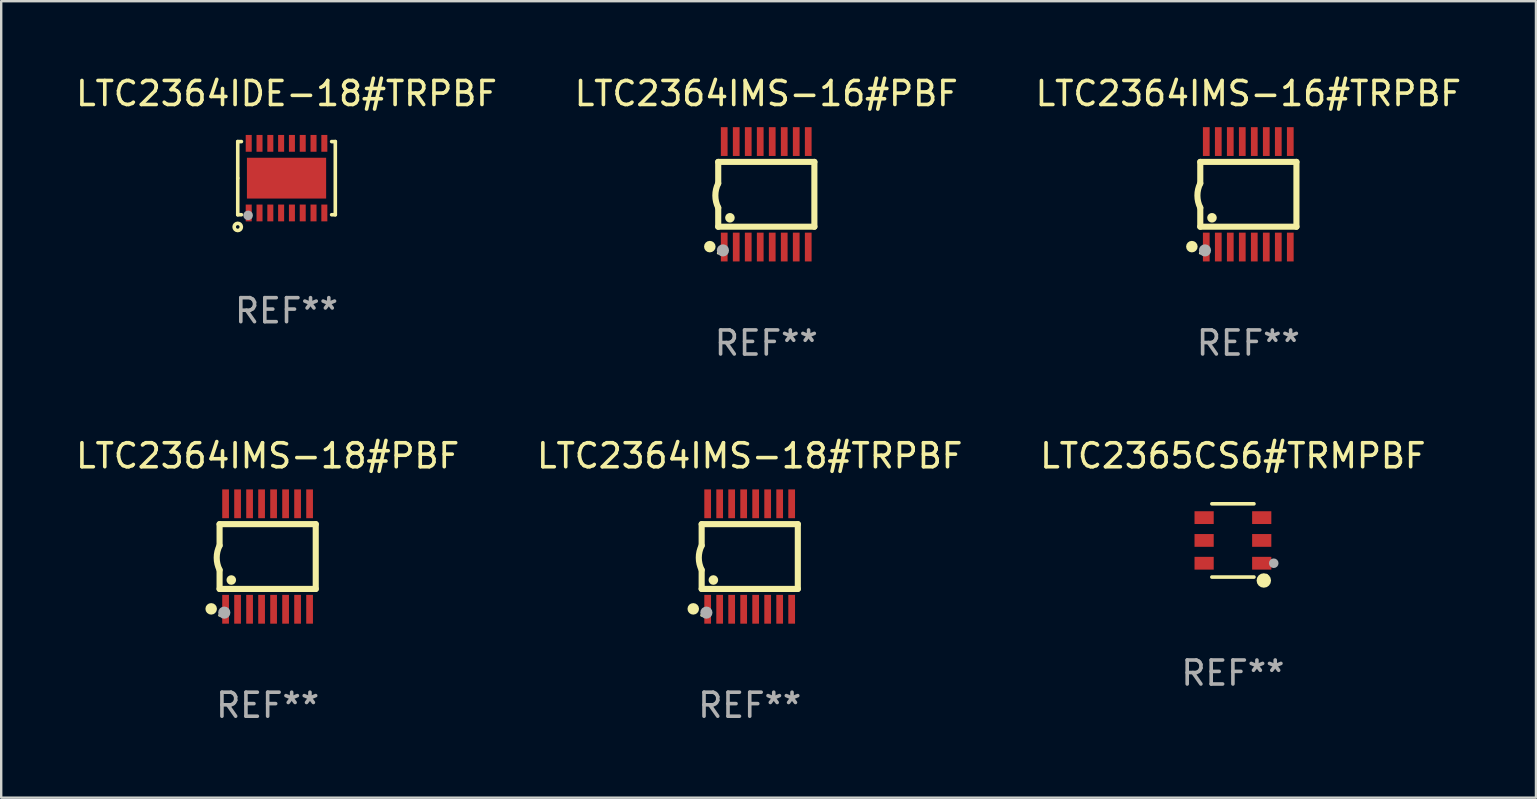
<source format=kicad_pcb>
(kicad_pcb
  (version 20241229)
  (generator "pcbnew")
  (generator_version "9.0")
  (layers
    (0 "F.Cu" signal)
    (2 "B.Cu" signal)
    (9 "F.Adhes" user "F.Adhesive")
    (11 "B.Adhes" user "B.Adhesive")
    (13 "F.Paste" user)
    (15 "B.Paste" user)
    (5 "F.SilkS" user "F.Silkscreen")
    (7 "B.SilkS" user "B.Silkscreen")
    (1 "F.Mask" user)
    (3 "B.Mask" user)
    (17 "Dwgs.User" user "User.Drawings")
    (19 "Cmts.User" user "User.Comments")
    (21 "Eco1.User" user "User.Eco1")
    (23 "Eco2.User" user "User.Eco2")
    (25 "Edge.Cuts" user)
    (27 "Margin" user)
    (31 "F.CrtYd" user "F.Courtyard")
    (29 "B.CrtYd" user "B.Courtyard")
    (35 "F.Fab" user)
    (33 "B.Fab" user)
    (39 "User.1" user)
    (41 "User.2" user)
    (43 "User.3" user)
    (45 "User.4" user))
  (footprint "LTC2364IMS-16#TRPBF"
    (layer "F.Cu")
    (at 48.958 5.045)
    (property "Reference" "LTC2364IMS-16#TRPBF" (at 0 -4.197 0) (layer "F.SilkS") (effects (font (size 1 1) (thickness 0.15))))
    (attr through_hole)
    (fp_line (start -2.003 -1.35) (end -2.003 -0.457) (stroke (width 0.254) (type solid)) (layer "F.SilkS"))
    (fp_line (start -2.003 -1.35) (end 2.003 -1.35) (stroke (width 0.254) (type solid)) (layer "F.SilkS"))
    (fp_line (start -2.003 1.35) (end -2.003 0.559) (stroke (width 0.254) (type solid)) (layer "F.SilkS"))
    (fp_line (start -2.003 1.35) (end 2.003 1.35) (stroke (width 0.254) (type solid)) (layer "F.SilkS"))
    (fp_line (start 2.003 -1.35) (end 2.003 1.35) (stroke (width 0.254) (type solid)) (layer "F.SilkS"))
    (fp_arc (start -2.002286 0.558802) (mid -2.122556 0.05092) (end -2.003302 -0.457201) (stroke (width 0.254001) (type solid)) (layer "F.SilkS"))
    (fp_circle (center -2.353 2.18) (end -2.233 2.18) (stroke (width 0.24) (type solid)) (fill no) (layer "F.SilkS"))
    (fp_circle (center -2.003 2.45) (end -1.973 2.45) (stroke (width 0.06) (type solid)) (fill no) (layer "F.SilkS"))
    (fp_circle (center -1.515 0.978) (end -1.415 0.978) (stroke (width 0.2) (type solid)) (fill no) (layer "F.SilkS"))
    (fp_circle (center -1.807 2.337) (end -1.68 2.337) (stroke (width 0.254) (type solid)) (fill no) (layer "F.Fab"))
    (fp_text user "REF**" (at 0 6.197 0) (layer "F.Fab") (effects (font (size 1 1) (thickness 0.15))))
    (pad "1" smd rect (at -1.753 2.197 90) (size 1.2 0.28) (layers "F.Cu" "F.Mask" "F.Paste"))
    (pad "2" smd rect (at -1.253 2.197 90) (size 1.2 0.28) (layers "F.Cu" "F.Mask" "F.Paste"))
    (pad "3" smd rect (at -0.753 2.197 90) (size 1.2 0.28) (layers "F.Cu" "F.Mask" "F.Paste"))
    (pad "4" smd rect (at -0.253 2.197 90) (size 1.2 0.28) (layers "F.Cu" "F.Mask" "F.Paste"))
    (pad "5" smd rect (at 0.247 2.197 90) (size 1.2 0.28) (layers "F.Cu" "F.Mask" "F.Paste"))
    (pad "6" smd rect (at 0.747 2.197 90) (size 1.2 0.28) (layers "F.Cu" "F.Mask" "F.Paste"))
    (pad "7" smd rect (at 1.247 2.197 90) (size 1.2 0.28) (layers "F.Cu" "F.Mask" "F.Paste"))
    (pad "8" smd rect (at 1.747 2.197 90) (size 1.2 0.28) (layers "F.Cu" "F.Mask" "F.Paste"))
    (pad "9" smd rect (at 1.747 -2.197 90) (size 1.2 0.28) (layers "F.Cu" "F.Mask" "F.Paste"))
    (pad "10" smd rect (at 1.247 -2.197 90) (size 1.2 0.28) (layers "F.Cu" "F.Mask" "F.Paste"))
    (pad "11" smd rect (at 0.747 -2.197 90) (size 1.2 0.28) (layers "F.Cu" "F.Mask" "F.Paste"))
    (pad "12" smd rect (at 0.247 -2.197 90) (size 1.2 0.28) (layers "F.Cu" "F.Mask" "F.Paste"))
    (pad "13" smd rect (at -0.253 -2.197 90) (size 1.2 0.28) (layers "F.Cu" "F.Mask" "F.Paste"))
    (pad "14" smd rect (at -0.753 -2.197 90) (size 1.2 0.28) (layers "F.Cu" "F.Mask" "F.Paste"))
    (pad "15" smd rect (at -1.253 -2.197 90) (size 1.2 0.28) (layers "F.Cu" "F.Mask" "F.Paste"))
    (pad "16" smd rect (at -1.753 -2.197 90) (size 1.2 0.28) (layers "F.Cu" "F.Mask" "F.Paste")))
  (footprint "LTC2364IMS-16#PBF"
    (layer "F.Cu")
    (at 28.875 5.045)
    (property "Reference" "LTC2364IMS-16#PBF" (at 0 -4.197 0) (layer "F.SilkS") (effects (font (size 1 1) (thickness 0.15))))
    (attr through_hole)
    (fp_line (start -2.003 -1.35) (end -2.003 -0.457) (stroke (width 0.254) (type solid)) (layer "F.SilkS"))
    (fp_line (start -2.003 -1.35) (end 2.003 -1.35) (stroke (width 0.254) (type solid)) (layer "F.SilkS"))
    (fp_line (start -2.003 1.35) (end -2.003 0.559) (stroke (width 0.254) (type solid)) (layer "F.SilkS"))
    (fp_line (start -2.003 1.35) (end 2.003 1.35) (stroke (width 0.254) (type solid)) (layer "F.SilkS"))
    (fp_line (start 2.003 -1.35) (end 2.003 1.35) (stroke (width 0.254) (type solid)) (layer "F.SilkS"))
    (fp_arc (start -2.002286 0.558802) (mid -2.122556 0.05092) (end -2.003302 -0.457201) (stroke (width 0.254001) (type solid)) (layer "F.SilkS"))
    (fp_circle (center -2.353 2.18) (end -2.233 2.18) (stroke (width 0.24) (type solid)) (fill no) (layer "F.SilkS"))
    (fp_circle (center -2.003 2.45) (end -1.973 2.45) (stroke (width 0.06) (type solid)) (fill no) (layer "F.SilkS"))
    (fp_circle (center -1.515 0.978) (end -1.415 0.978) (stroke (width 0.2) (type solid)) (fill no) (layer "F.SilkS"))
    (fp_circle (center -1.807 2.337) (end -1.68 2.337) (stroke (width 0.254) (type solid)) (fill no) (layer "F.Fab"))
    (fp_text user "REF**" (at 0 6.197 0) (layer "F.Fab") (effects (font (size 1 1) (thickness 0.15))))
    (pad "1" smd rect (at -1.753 2.197 90) (size 1.2 0.28) (layers "F.Cu" "F.Mask" "F.Paste"))
    (pad "2" smd rect (at -1.253 2.197 90) (size 1.2 0.28) (layers "F.Cu" "F.Mask" "F.Paste"))
    (pad "3" smd rect (at -0.753 2.197 90) (size 1.2 0.28) (layers "F.Cu" "F.Mask" "F.Paste"))
    (pad "4" smd rect (at -0.253 2.197 90) (size 1.2 0.28) (layers "F.Cu" "F.Mask" "F.Paste"))
    (pad "5" smd rect (at 0.247 2.197 90) (size 1.2 0.28) (layers "F.Cu" "F.Mask" "F.Paste"))
    (pad "6" smd rect (at 0.747 2.197 90) (size 1.2 0.28) (layers "F.Cu" "F.Mask" "F.Paste"))
    (pad "7" smd rect (at 1.247 2.197 90) (size 1.2 0.28) (layers "F.Cu" "F.Mask" "F.Paste"))
    (pad "8" smd rect (at 1.747 2.197 90) (size 1.2 0.28) (layers "F.Cu" "F.Mask" "F.Paste"))
    (pad "9" smd rect (at 1.747 -2.197 90) (size 1.2 0.28) (layers "F.Cu" "F.Mask" "F.Paste"))
    (pad "10" smd rect (at 1.247 -2.197 90) (size 1.2 0.28) (layers "F.Cu" "F.Mask" "F.Paste"))
    (pad "11" smd rect (at 0.747 -2.197 90) (size 1.2 0.28) (layers "F.Cu" "F.Mask" "F.Paste"))
    (pad "12" smd rect (at 0.247 -2.197 90) (size 1.2 0.28) (layers "F.Cu" "F.Mask" "F.Paste"))
    (pad "13" smd rect (at -0.253 -2.197 90) (size 1.2 0.28) (layers "F.Cu" "F.Mask" "F.Paste"))
    (pad "14" smd rect (at -0.753 -2.197 90) (size 1.2 0.28) (layers "F.Cu" "F.Mask" "F.Paste"))
    (pad "15" smd rect (at -1.253 -2.197 90) (size 1.2 0.28) (layers "F.Cu" "F.Mask" "F.Paste"))
    (pad "16" smd rect (at -1.753 -2.197 90) (size 1.2 0.28) (layers "F.Cu" "F.Mask" "F.Paste")))
  (footprint "LTC2365CS6#TRMPBF"
    (layer "F.Cu")
    (at 48.315 19.465)
    (property "Reference" "LTC2365CS6#TRMPBF" (at 0 -3.526 0) (layer "F.SilkS") (effects (font (size 1 1) (thickness 0.15))))
    (attr through_hole)
    (fp_line (start 0.876 -1.526) (end -0.876 -1.526) (stroke (width 0.152) (type solid)) (layer "F.SilkS"))
    (fp_line (start 0.876 1.526) (end -0.876 1.526) (stroke (width 0.152) (type solid)) (layer "F.SilkS"))
    (fp_circle (center 1.287 1.669) (end 1.438 1.669) (stroke (width 0.3) (type solid)) (fill no) (layer "F.SilkS"))
    (fp_circle (center 1.4 1.45) (end 1.43 1.45) (stroke (width 0.06) (type solid)) (fill no) (layer "F.SilkS"))
    (fp_circle (center 1.7 0.95) (end 1.8 0.95) (stroke (width 0.2) (type solid)) (fill no) (layer "F.Fab"))
    (fp_text user "REF**" (at 0 5.526 0) (layer "F.Fab") (effects (font (size 1 1) (thickness 0.15))))
    (pad "1" smd rect (at 1.2 0.95) (size 0.8 0.532) (layers "F.Cu" "F.Mask" "F.Paste"))
    (pad "2" smd rect (at 1.2 0) (size 0.8 0.532) (layers "F.Cu" "F.Mask" "F.Paste"))
    (pad "3" smd rect (at 1.2 -0.95) (size 0.8 0.532) (layers "F.Cu" "F.Mask" "F.Paste"))
    (pad "4" smd rect (at -1.2 -0.95) (size 0.8 0.532) (layers "F.Cu" "F.Mask" "F.Paste"))
    (pad "5" smd rect (at -1.2 0) (size 0.8 0.532) (layers "F.Cu" "F.Mask" "F.Paste"))
    (pad "6" smd rect (at -1.2 0.95) (size 0.8 0.532) (layers "F.Cu" "F.Mask" "F.Paste")))
  (footprint "LTC2364IMS-18#TRPBF"
    (layer "F.Cu")
    (at 28.185 20.136)
    (property "Reference" "LTC2364IMS-18#TRPBF" (at 0 -4.197 0) (layer "F.SilkS") (effects (font (size 1 1) (thickness 0.15))))
    (attr through_hole)
    (fp_line (start -2.003 -1.35) (end -2.003 -0.457) (stroke (width 0.254) (type solid)) (layer "F.SilkS"))
    (fp_line (start -2.003 -1.35) (end 2.003 -1.35) (stroke (width 0.254) (type solid)) (layer "F.SilkS"))
    (fp_line (start -2.003 1.35) (end -2.003 0.559) (stroke (width 0.254) (type solid)) (layer "F.SilkS"))
    (fp_line (start -2.003 1.35) (end 2.003 1.35) (stroke (width 0.254) (type solid)) (layer "F.SilkS"))
    (fp_line (start 2.003 -1.35) (end 2.003 1.35) (stroke (width 0.254) (type solid)) (layer "F.SilkS"))
    (fp_arc (start -2.002286 0.558802) (mid -2.122556 0.05092) (end -2.003302 -0.457201) (stroke (width 0.254001) (type solid)) (layer "F.SilkS"))
    (fp_circle (center -2.353 2.18) (end -2.233 2.18) (stroke (width 0.24) (type solid)) (fill no) (layer "F.SilkS"))
    (fp_circle (center -2.003 2.45) (end -1.973 2.45) (stroke (width 0.06) (type solid)) (fill no) (layer "F.SilkS"))
    (fp_circle (center -1.515 0.978) (end -1.415 0.978) (stroke (width 0.2) (type solid)) (fill no) (layer "F.SilkS"))
    (fp_circle (center -1.807 2.337) (end -1.68 2.337) (stroke (width 0.254) (type solid)) (fill no) (layer "F.Fab"))
    (fp_text user "REF**" (at 0 6.197 0) (layer "F.Fab") (effects (font (size 1 1) (thickness 0.15))))
    (pad "1" smd rect (at -1.753 2.197 90) (size 1.2 0.28) (layers "F.Cu" "F.Mask" "F.Paste"))
    (pad "2" smd rect (at -1.253 2.197 90) (size 1.2 0.28) (layers "F.Cu" "F.Mask" "F.Paste"))
    (pad "3" smd rect (at -0.753 2.197 90) (size 1.2 0.28) (layers "F.Cu" "F.Mask" "F.Paste"))
    (pad "4" smd rect (at -0.253 2.197 90) (size 1.2 0.28) (layers "F.Cu" "F.Mask" "F.Paste"))
    (pad "5" smd rect (at 0.247 2.197 90) (size 1.2 0.28) (layers "F.Cu" "F.Mask" "F.Paste"))
    (pad "6" smd rect (at 0.747 2.197 90) (size 1.2 0.28) (layers "F.Cu" "F.Mask" "F.Paste"))
    (pad "7" smd rect (at 1.247 2.197 90) (size 1.2 0.28) (layers "F.Cu" "F.Mask" "F.Paste"))
    (pad "8" smd rect (at 1.747 2.197 90) (size 1.2 0.28) (layers "F.Cu" "F.Mask" "F.Paste"))
    (pad "9" smd rect (at 1.747 -2.197 90) (size 1.2 0.28) (layers "F.Cu" "F.Mask" "F.Paste"))
    (pad "10" smd rect (at 1.247 -2.197 90) (size 1.2 0.28) (layers "F.Cu" "F.Mask" "F.Paste"))
    (pad "11" smd rect (at 0.747 -2.197 90) (size 1.2 0.28) (layers "F.Cu" "F.Mask" "F.Paste"))
    (pad "12" smd rect (at 0.247 -2.197 90) (size 1.2 0.28) (layers "F.Cu" "F.Mask" "F.Paste"))
    (pad "13" smd rect (at -0.253 -2.197 90) (size 1.2 0.28) (layers "F.Cu" "F.Mask" "F.Paste"))
    (pad "14" smd rect (at -0.753 -2.197 90) (size 1.2 0.28) (layers "F.Cu" "F.Mask" "F.Paste"))
    (pad "15" smd rect (at -1.253 -2.197 90) (size 1.2 0.28) (layers "F.Cu" "F.Mask" "F.Paste"))
    (pad "16" smd rect (at -1.753 -2.197 90) (size 1.2 0.28) (layers "F.Cu" "F.Mask" "F.Paste")))
  (footprint "LTC2364IDE-18#TRPBF"
    (layer "F.Cu")
    (at 8.887 4.372)
    (property "Reference" "LTC2364IDE-18#TRPBF" (at 0 -3.524 0) (layer "F.SilkS") (effects (font (size 1 1) (thickness 0.15))))
    (attr through_hole)
    (fp_line (start -2.032 -1.524) (end -1.879 -1.524) (stroke (width 0.15) (type solid)) (layer "F.SilkS"))
    (fp_line (start -2.032 0) (end -2.032 -1.524) (stroke (width 0.15) (type solid)) (layer "F.SilkS"))
    (fp_line (start -2.032 1.524) (end -2.032 0) (stroke (width 0.15) (type solid)) (layer "F.SilkS"))
    (fp_line (start -1.879 1.524) (end -2.032 1.524) (stroke (width 0.15) (type solid)) (layer "F.SilkS"))
    (fp_line (start 1.879 -1.524) (end 2.032 -1.524) (stroke (width 0.15) (type solid)) (layer "F.SilkS"))
    (fp_line (start 2.032 -1.524) (end 2.032 1.524) (stroke (width 0.15) (type solid)) (layer "F.SilkS"))
    (fp_line (start 2.032 1.524) (end 1.879 1.524) (stroke (width 0.15) (type solid)) (layer "F.SilkS"))
    (fp_circle (center -2.032 2.032) (end -1.882 2.032) (stroke (width 0.15) (type solid)) (fill no) (layer "F.SilkS"))
    (fp_circle (center -2 1.5) (end -1.97 1.5) (stroke (width 0.06) (type solid)) (fill no) (layer "F.SilkS"))
    (fp_circle (center -1.6 1.55) (end -1.5 1.55) (stroke (width 0.2) (type solid)) (fill no) (layer "F.Fab"))
    (fp_text user "REF**" (at 0 5.524 0) (layer "F.Fab") (effects (font (size 1 1) (thickness 0.15))))
    (pad "1" smd rect (at -1.575 1.45 90) (size 0.7 0.25) (layers "F.Cu" "F.Mask" "F.Paste"))
    (pad "2" smd rect (at -1.125 1.45 90) (size 0.7 0.25) (layers "F.Cu" "F.Mask" "F.Paste"))
    (pad "3" smd rect (at -0.675 1.45 90) (size 0.7 0.25) (layers "F.Cu" "F.Mask" "F.Paste"))
    (pad "4" smd rect (at -0.225 1.45 90) (size 0.7 0.25) (layers "F.Cu" "F.Mask" "F.Paste"))
    (pad "5" smd rect (at 0.225 1.45 90) (size 0.7 0.25) (layers "F.Cu" "F.Mask" "F.Paste"))
    (pad "6" smd rect (at 0.675 1.45 90) (size 0.7 0.25) (layers "F.Cu" "F.Mask" "F.Paste"))
    (pad "7" smd rect (at 1.125 1.45 90) (size 0.7 0.25) (layers "F.Cu" "F.Mask" "F.Paste"))
    (pad "8" smd rect (at 1.575 1.45 90) (size 0.7 0.25) (layers "F.Cu" "F.Mask" "F.Paste"))
    (pad "9" smd rect (at 1.575 -1.45 90) (size 0.7 0.25) (layers "F.Cu" "F.Mask" "F.Paste"))
    (pad "10" smd rect (at 1.125 -1.45 90) (size 0.7 0.25) (layers "F.Cu" "F.Mask" "F.Paste"))
    (pad "11" smd rect (at 0.675 -1.45 90) (size 0.7 0.25) (layers "F.Cu" "F.Mask" "F.Paste"))
    (pad "12" smd rect (at 0.225 -1.45 90) (size 0.7 0.25) (layers "F.Cu" "F.Mask" "F.Paste"))
    (pad "13" smd rect (at -0.225 -1.45 90) (size 0.7 0.25) (layers "F.Cu" "F.Mask" "F.Paste"))
    (pad "14" smd rect (at -0.675 -1.45 90) (size 0.7 0.25) (layers "F.Cu" "F.Mask" "F.Paste"))
    (pad "15" smd rect (at -1.125 -1.45 90) (size 0.7 0.25) (layers "F.Cu" "F.Mask" "F.Paste"))
    (pad "16" smd rect (at -1.575 -1.45 90) (size 0.7 0.25) (layers "F.Cu" "F.Mask" "F.Paste"))
    (pad "17" smd rect (at 0.000127 0 90) (size 1.7 3.3) (layers "F.Cu" "F.Mask" "F.Paste")))
  (footprint "LTC2364IMS-18#PBF"
    (layer "F.Cu")
    (at 8.101 20.136)
    (property "Reference" "LTC2364IMS-18#PBF" (at 0 -4.197 0) (layer "F.SilkS") (effects (font (size 1 1) (thickness 0.15))))
    (attr through_hole)
    (fp_line (start -2.003 -1.35) (end -2.003 -0.457) (stroke (width 0.254) (type solid)) (layer "F.SilkS"))
    (fp_line (start -2.003 -1.35) (end 2.003 -1.35) (stroke (width 0.254) (type solid)) (layer "F.SilkS"))
    (fp_line (start -2.003 1.35) (end -2.003 0.559) (stroke (width 0.254) (type solid)) (layer "F.SilkS"))
    (fp_line (start -2.003 1.35) (end 2.003 1.35) (stroke (width 0.254) (type solid)) (layer "F.SilkS"))
    (fp_line (start 2.003 -1.35) (end 2.003 1.35) (stroke (width 0.254) (type solid)) (layer "F.SilkS"))
    (fp_arc (start -2.002286 0.558802) (mid -2.122556 0.05092) (end -2.003302 -0.457201) (stroke (width 0.254001) (type solid)) (layer "F.SilkS"))
    (fp_circle (center -2.353 2.18) (end -2.233 2.18) (stroke (width 0.24) (type solid)) (fill no) (layer "F.SilkS"))
    (fp_circle (center -2.003 2.45) (end -1.973 2.45) (stroke (width 0.06) (type solid)) (fill no) (layer "F.SilkS"))
    (fp_circle (center -1.515 0.978) (end -1.415 0.978) (stroke (width 0.2) (type solid)) (fill no) (layer "F.SilkS"))
    (fp_circle (center -1.807 2.337) (end -1.68 2.337) (stroke (width 0.254) (type solid)) (fill no) (layer "F.Fab"))
    (fp_text user "REF**" (at 0 6.197 0) (layer "F.Fab") (effects (font (size 1 1) (thickness 0.15))))
    (pad "1" smd rect (at -1.753 2.197 90) (size 1.2 0.28) (layers "F.Cu" "F.Mask" "F.Paste"))
    (pad "2" smd rect (at -1.253 2.197 90) (size 1.2 0.28) (layers "F.Cu" "F.Mask" "F.Paste"))
    (pad "3" smd rect (at -0.753 2.197 90) (size 1.2 0.28) (layers "F.Cu" "F.Mask" "F.Paste"))
    (pad "4" smd rect (at -0.253 2.197 90) (size 1.2 0.28) (layers "F.Cu" "F.Mask" "F.Paste"))
    (pad "5" smd rect (at 0.247 2.197 90) (size 1.2 0.28) (layers "F.Cu" "F.Mask" "F.Paste"))
    (pad "6" smd rect (at 0.747 2.197 90) (size 1.2 0.28) (layers "F.Cu" "F.Mask" "F.Paste"))
    (pad "7" smd rect (at 1.247 2.197 90) (size 1.2 0.28) (layers "F.Cu" "F.Mask" "F.Paste"))
    (pad "8" smd rect (at 1.747 2.197 90) (size 1.2 0.28) (layers "F.Cu" "F.Mask" "F.Paste"))
    (pad "9" smd rect (at 1.747 -2.197 90) (size 1.2 0.28) (layers "F.Cu" "F.Mask" "F.Paste"))
    (pad "10" smd rect (at 1.247 -2.197 90) (size 1.2 0.28) (layers "F.Cu" "F.Mask" "F.Paste"))
    (pad "11" smd rect (at 0.747 -2.197 90) (size 1.2 0.28) (layers "F.Cu" "F.Mask" "F.Paste"))
    (pad "12" smd rect (at 0.247 -2.197 90) (size 1.2 0.28) (layers "F.Cu" "F.Mask" "F.Paste"))
    (pad "13" smd rect (at -0.253 -2.197 90) (size 1.2 0.28) (layers "F.Cu" "F.Mask" "F.Paste"))
    (pad "14" smd rect (at -0.753 -2.197 90) (size 1.2 0.28) (layers "F.Cu" "F.Mask" "F.Paste"))
    (pad "15" smd rect (at -1.253 -2.197 90) (size 1.2 0.28) (layers "F.Cu" "F.Mask" "F.Paste"))
    (pad "16" smd rect (at -1.753 -2.197 90) (size 1.2 0.28) (layers "F.Cu" "F.Mask" "F.Paste")))
  (gr_rect
    (start -3 -3)
    (end 60.94 30.181)
    (stroke (width 0.1) (type default))
    (fill no)
    (layer "Edge.Cuts")))
</source>
